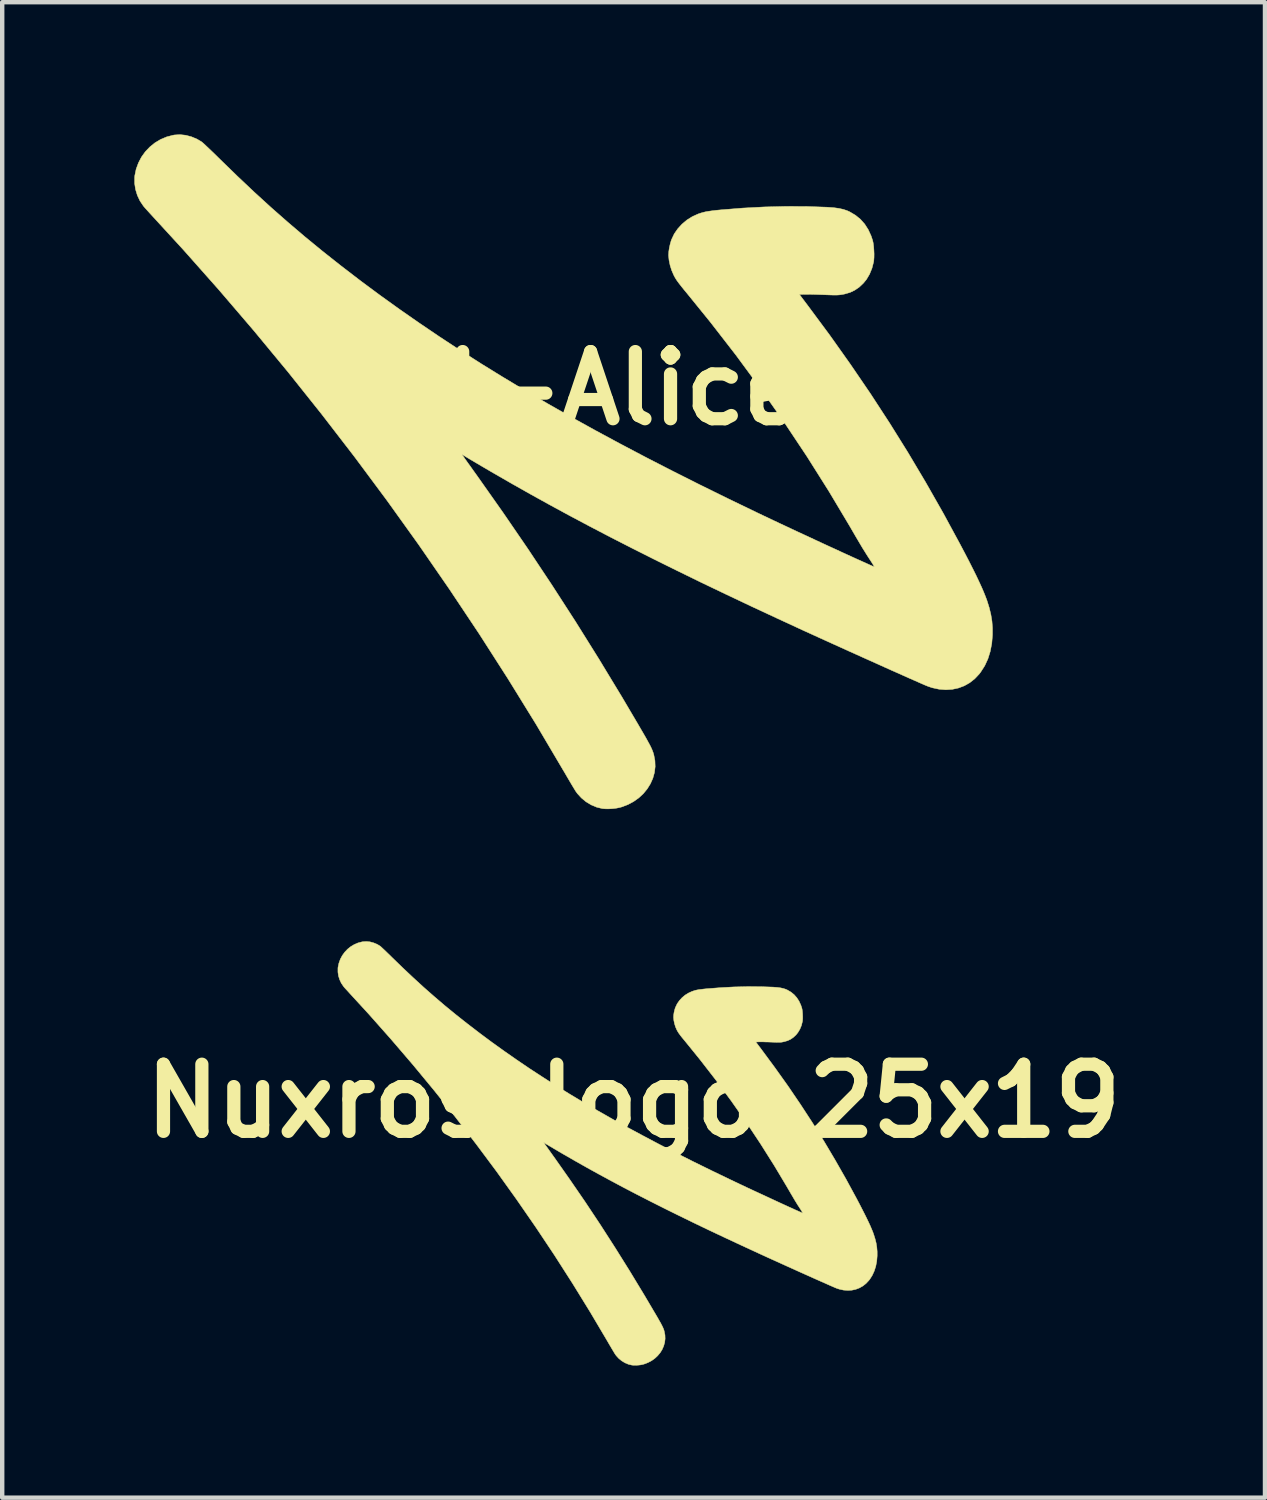
<source format=kicad_pcb>
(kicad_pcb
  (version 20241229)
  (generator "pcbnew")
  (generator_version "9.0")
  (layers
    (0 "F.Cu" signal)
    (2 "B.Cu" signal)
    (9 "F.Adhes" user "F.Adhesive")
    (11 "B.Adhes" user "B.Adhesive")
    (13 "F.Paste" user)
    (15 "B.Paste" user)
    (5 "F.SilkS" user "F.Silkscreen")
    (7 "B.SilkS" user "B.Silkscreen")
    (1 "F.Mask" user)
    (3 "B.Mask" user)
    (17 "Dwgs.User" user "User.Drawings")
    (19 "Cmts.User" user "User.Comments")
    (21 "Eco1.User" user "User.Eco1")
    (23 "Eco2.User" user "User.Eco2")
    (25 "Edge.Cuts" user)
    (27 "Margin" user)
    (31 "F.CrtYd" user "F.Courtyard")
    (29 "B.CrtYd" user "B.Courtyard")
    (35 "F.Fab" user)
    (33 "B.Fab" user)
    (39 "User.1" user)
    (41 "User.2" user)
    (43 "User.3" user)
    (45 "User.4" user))
  (footprint "Nuxros logo 25x19"
    (layer "F.Cu")
    (at 11.328 21.935)
    (property "Reference" "Nuxros logo 25x19" (at 0 0 0) (layer "F.SilkS") (effects (font (size 1.524 1.524) (thickness 0.3))))
    (attr through_hole)
    (fp_poly (pts (xy -5.981 -3.611) (xy -5.9 -3.589) (xy -5.82 -3.556) (xy -5.755 -3.517) (xy -5.743 -3.508) (xy -5.722 -3.489) (xy -5.693 -3.462) (xy -5.658 -3.429) (xy -5.617 -3.39) (xy -5.572 -3.346) (xy -5.524 -3.3) (xy -5.49 -3.266) (xy -5.245 -3.028) (xy -5.004 -2.801) (xy -4.765 -2.582) (xy -4.525 -2.371) (xy -4.283 -2.164) (xy -4.035 -1.961) (xy -3.78 -1.759) (xy -3.514 -1.555) (xy -3.472 -1.523) (xy -3.203 -1.323) (xy -2.928 -1.126) (xy -2.647 -0.93) (xy -2.361 -0.736) (xy -2.067 -0.544) (xy -1.767 -0.352) (xy -1.458 -0.161) (xy -1.142 0.029) (xy -0.816 0.219) (xy -0.481 0.41) (xy -0.136 0.601) (xy 0.22 0.792) (xy 0.587 0.986) (xy 0.965 1.18) (xy 1.356 1.377) (xy 1.759 1.575) (xy 2.176 1.776) (xy 2.413 1.889) (xy 2.489 1.924) (xy 2.57 1.963) (xy 2.656 2.003) (xy 2.744 2.044) (xy 2.835 2.086) (xy 2.928 2.129) (xy 3.021 2.172) (xy 3.113 2.215) (xy 3.204 2.257) (xy 3.292 2.298) (xy 3.377 2.337) (xy 3.458 2.374) (xy 3.534 2.409) (xy 3.604 2.44) (xy 3.666 2.469) (xy 3.721 2.493) (xy 3.767 2.514) (xy 3.802 2.529) (xy 3.827 2.54) (xy 3.841 2.545) (xy 3.843 2.546) (xy 3.839 2.539) (xy 3.829 2.523) (xy 3.814 2.498) (xy 3.794 2.466) (xy 3.771 2.43) (xy 3.769 2.428) (xy 3.747 2.393) (xy 3.727 2.363) (xy 3.709 2.334) (xy 3.691 2.304) (xy 3.672 2.274) (xy 3.652 2.24) (xy 3.629 2.202) (xy 3.603 2.157) (xy 3.572 2.105) (xy 3.536 2.043) (xy 3.494 1.971) (xy 3.494 1.97) (xy 3.194 1.468) (xy 2.882 0.973) (xy 2.557 0.484) (xy 2.218 0.001) (xy 1.867 -0.476) (xy 1.502 -0.946) (xy 1.169 -1.357) (xy 1.125 -1.41) (xy 1.09 -1.453) (xy 1.062 -1.489) (xy 1.04 -1.519) (xy 1.021 -1.545) (xy 1.006 -1.569) (xy 0.992 -1.593) (xy 0.98 -1.616) (xy 0.951 -1.683) (xy 0.929 -1.755) (xy 0.914 -1.827) (xy 0.907 -1.895) (xy 0.907 -1.905) (xy 0.91 -1.952) (xy 0.918 -2.006) (xy 0.931 -2.062) (xy 0.946 -2.113) (xy 0.952 -2.127) (xy 0.989 -2.205) (xy 1.039 -2.277) (xy 1.099 -2.343) (xy 1.169 -2.402) (xy 1.247 -2.45) (xy 1.33 -2.488) (xy 1.332 -2.488) (xy 1.367 -2.5) (xy 1.402 -2.511) (xy 1.439 -2.519) (xy 1.481 -2.527) (xy 1.53 -2.533) (xy 1.588 -2.54) (xy 1.655 -2.547) (xy 1.965 -2.571) (xy 2.275 -2.588) (xy 2.58 -2.595) (xy 2.879 -2.594) (xy 3.17 -2.584) (xy 3.179 -2.583) (xy 3.263 -2.577) (xy 3.336 -2.567) (xy 3.398 -2.553) (xy 3.454 -2.535) (xy 3.491 -2.518) (xy 3.573 -2.47) (xy 3.644 -2.412) (xy 3.705 -2.343) (xy 3.755 -2.265) (xy 3.796 -2.176) (xy 3.818 -2.111) (xy 3.826 -2.074) (xy 3.832 -2.027) (xy 3.836 -1.974) (xy 3.838 -1.92) (xy 3.838 -1.869) (xy 3.835 -1.825) (xy 3.832 -1.805) (xy 3.809 -1.712) (xy 3.774 -1.628) (xy 3.729 -1.553) (xy 3.686 -1.499) (xy 3.627 -1.444) (xy 3.565 -1.401) (xy 3.497 -1.369) (xy 3.419 -1.346) (xy 3.384 -1.339) (xy 3.364 -1.335) (xy 3.343 -1.333) (xy 3.319 -1.331) (xy 3.292 -1.331) (xy 3.258 -1.331) (xy 3.216 -1.332) (xy 3.163 -1.334) (xy 3.113 -1.336) (xy 3.056 -1.338) (xy 3 -1.339) (xy 2.947 -1.341) (xy 2.901 -1.341) (xy 2.865 -1.342) (xy 2.84 -1.341) (xy 2.774 -1.339) (xy 2.897 -1.176) (xy 3.205 -0.759) (xy 3.501 -0.344) (xy 3.784 0.072) (xy 4.057 0.49) (xy 4.321 0.913) (xy 4.576 1.343) (xy 4.825 1.78) (xy 5.062 2.217) (xy 5.131 2.348) (xy 5.192 2.467) (xy 5.247 2.575) (xy 5.295 2.672) (xy 5.337 2.76) (xy 5.374 2.84) (xy 5.404 2.911) (xy 5.43 2.974) (xy 5.447 3.021) (xy 5.48 3.126) (xy 5.505 3.225) (xy 5.52 3.32) (xy 5.528 3.416) (xy 5.528 3.517) (xy 5.528 3.517) (xy 5.518 3.639) (xy 5.496 3.753) (xy 5.462 3.859) (xy 5.417 3.957) (xy 5.36 4.047) (xy 5.338 4.075) (xy 5.274 4.143) (xy 5.203 4.199) (xy 5.125 4.243) (xy 5.041 4.275) (xy 4.953 4.294) (xy 4.861 4.299) (xy 4.766 4.292) (xy 4.67 4.271) (xy 4.609 4.251) (xy 4.592 4.244) (xy 4.563 4.232) (xy 4.522 4.214) (xy 4.471 4.192) (xy 4.41 4.165) (xy 4.341 4.134) (xy 4.264 4.1) (xy 4.18 4.063) (xy 4.09 4.023) (xy 3.995 3.98) (xy 3.896 3.936) (xy 3.793 3.89) (xy 3.689 3.843) (xy 3.583 3.795) (xy 3.476 3.747) (xy 3.37 3.699) (xy 3.265 3.651) (xy 3.163 3.605) (xy 3.063 3.56) (xy 2.968 3.516) (xy 2.878 3.475) (xy 2.852 3.463) (xy 2.464 3.284) (xy 2.089 3.109) (xy 1.726 2.938) (xy 1.376 2.77) (xy 1.038 2.605) (xy 0.71 2.443) (xy 0.392 2.283) (xy 0.085 2.126) (xy -0.214 1.97) (xy -0.503 1.816) (xy -0.785 1.663) (xy -1.06 1.511) (xy -1.327 1.36) (xy -1.509 1.255) (xy -1.569 1.221) (xy -1.631 1.185) (xy -1.694 1.148) (xy -1.756 1.111) (xy -1.816 1.076) (xy -1.871 1.043) (xy -1.921 1.014) (xy -1.964 0.988) (xy -1.998 0.968) (xy -2.021 0.954) (xy -2.025 0.951) (xy -2.029 0.948) (xy -2.034 0.945) (xy -2.037 0.943) (xy -2.038 0.943) (xy -2.037 0.947) (xy -2.033 0.953) (xy -2.025 0.965) (xy -2.013 0.982) (xy -1.997 1.005) (xy -1.975 1.036) (xy -1.947 1.075) (xy -1.913 1.123) (xy -1.871 1.182) (xy -1.822 1.251) (xy -1.817 1.257) (xy -1.454 1.773) (xy -1.1 2.288) (xy -0.756 2.806) (xy -0.419 3.33) (xy -0.087 3.861) (xy 0.241 4.402) (xy 0.47 4.79) (xy 0.515 4.866) (xy 0.553 4.931) (xy 0.584 4.987) (xy 0.611 5.033) (xy 0.632 5.073) (xy 0.649 5.106) (xy 0.663 5.135) (xy 0.674 5.16) (xy 0.683 5.182) (xy 0.69 5.204) (xy 0.696 5.226) (xy 0.713 5.311) (xy 0.716 5.396) (xy 0.706 5.48) (xy 0.683 5.562) (xy 0.649 5.64) (xy 0.604 5.713) (xy 0.548 5.78) (xy 0.483 5.841) (xy 0.409 5.894) (xy 0.327 5.937) (xy 0.238 5.971) (xy 0.205 5.98) (xy 0.16 5.989) (xy 0.108 5.995) (xy 0.054 5.998) (xy 0.003 5.998) (xy -0.038 5.994) (xy -0.118 5.975) (xy -0.196 5.942) (xy -0.269 5.898) (xy -0.336 5.843) (xy -0.393 5.781) (xy -0.416 5.749) (xy -0.427 5.732) (xy -0.444 5.704) (xy -0.466 5.667) (xy -0.493 5.622) (xy -0.523 5.571) (xy -0.555 5.517) (xy -0.588 5.46) (xy -0.596 5.446) (xy -0.982 4.794) (xy -1.382 4.145) (xy -1.795 3.5) (xy -2.221 2.861) (xy -2.659 2.228) (xy -3.108 1.601) (xy -3.569 0.982) (xy -4.039 0.371) (xy -4.519 -0.231) (xy -5.009 -0.824) (xy -5.508 -1.406) (xy -6.014 -1.977) (xy -6.441 -2.442) (xy -6.475 -2.48) (xy -6.508 -2.516) (xy -6.538 -2.548) (xy -6.562 -2.575) (xy -6.579 -2.595) (xy -6.583 -2.601) (xy -6.633 -2.674) (xy -6.67 -2.753) (xy -6.696 -2.837) (xy -6.709 -2.924) (xy -6.709 -3.01) (xy -6.707 -3.035) (xy -6.687 -3.128) (xy -6.655 -3.217) (xy -6.611 -3.3) (xy -6.556 -3.376) (xy -6.492 -3.444) (xy -6.42 -3.502) (xy -6.34 -3.55) (xy -6.254 -3.587) (xy -6.162 -3.611) (xy -6.142 -3.614) (xy -6.063 -3.619) (xy -5.981 -3.611)) (stroke (width 0.01) (type solid)) (fill yes) (layer "F.SilkS")))
  (footprint "N-Alice"
    (layer "F.Cu")
    (at 10.679 5.763)
    (property "Reference" "N-Alice" (at 0 0 0) (layer "F.SilkS") (effects (font (size 1.524 1.524) (thickness 0.3))))
    (attr through_hole)
    (fp_poly (pts (xy -9.515 -5.744) (xy -9.386 -5.71) (xy -9.259 -5.657) (xy -9.156 -5.596) (xy -9.137 -5.581) (xy -9.103 -5.551) (xy -9.057 -5.508) (xy -9.001 -5.455) (xy -8.936 -5.393) (xy -8.864 -5.324) (xy -8.788 -5.249) (xy -8.734 -5.196) (xy -8.344 -4.817) (xy -7.961 -4.455) (xy -7.581 -4.108) (xy -7.199 -3.772) (xy -6.813 -3.443) (xy -6.419 -3.12) (xy -6.013 -2.798) (xy -5.591 -2.474) (xy -5.524 -2.423) (xy -5.095 -2.105) (xy -4.658 -1.791) (xy -4.211 -1.48) (xy -3.755 -1.171) (xy -3.289 -0.865) (xy -2.811 -0.56) (xy -2.32 -0.257) (xy -1.816 0.046) (xy -1.298 0.349) (xy -0.765 0.652) (xy -0.216 0.956) (xy 0.35 1.261) (xy 0.933 1.568) (xy 1.535 1.877) (xy 2.157 2.19) (xy 2.799 2.506) (xy 3.462 2.826) (xy 3.839 3.005) (xy 3.96 3.062) (xy 4.089 3.122) (xy 4.225 3.186) (xy 4.366 3.252) (xy 4.511 3.319) (xy 4.658 3.387) (xy 4.805 3.456) (xy 4.952 3.524) (xy 5.097 3.591) (xy 5.238 3.655) (xy 5.373 3.718) (xy 5.502 3.777) (xy 5.623 3.832) (xy 5.733 3.882) (xy 5.833 3.927) (xy 5.92 3.966) (xy 5.992 3.999) (xy 6.049 4.024) (xy 6.089 4.041) (xy 6.11 4.049) (xy 6.113 4.05) (xy 6.108 4.04) (xy 6.092 4.013) (xy 6.068 3.973) (xy 6.036 3.923) (xy 5.999 3.866) (xy 5.996 3.862) (xy 5.961 3.808) (xy 5.93 3.759) (xy 5.901 3.712) (xy 5.872 3.666) (xy 5.842 3.618) (xy 5.81 3.564) (xy 5.774 3.503) (xy 5.732 3.432) (xy 5.683 3.349) (xy 5.626 3.251) (xy 5.559 3.135) (xy 5.559 3.135) (xy 5.082 2.336) (xy 4.585 1.548) (xy 4.067 0.77) (xy 3.529 0.002) (xy 2.97 -0.757) (xy 2.39 -1.505) (xy 1.859 -2.16) (xy 1.79 -2.243) (xy 1.735 -2.312) (xy 1.69 -2.369) (xy 1.654 -2.417) (xy 1.625 -2.458) (xy 1.6 -2.497) (xy 1.579 -2.534) (xy 1.56 -2.571) (xy 1.514 -2.677) (xy 1.478 -2.791) (xy 1.454 -2.907) (xy 1.443 -3.015) (xy 1.443 -3.031) (xy 1.448 -3.105) (xy 1.461 -3.191) (xy 1.481 -3.28) (xy 1.505 -3.362) (xy 1.514 -3.384) (xy 1.573 -3.508) (xy 1.653 -3.623) (xy 1.749 -3.728) (xy 1.86 -3.821) (xy 1.983 -3.898) (xy 2.115 -3.958) (xy 2.119 -3.959) (xy 2.175 -3.978) (xy 2.231 -3.994) (xy 2.29 -4.008) (xy 2.356 -4.019) (xy 2.434 -4.03) (xy 2.526 -4.041) (xy 2.632 -4.051) (xy 3.126 -4.091) (xy 3.619 -4.117) (xy 4.105 -4.129) (xy 4.581 -4.127) (xy 5.043 -4.111) (xy 5.057 -4.11) (xy 5.191 -4.1) (xy 5.307 -4.084) (xy 5.407 -4.062) (xy 5.494 -4.033) (xy 5.554 -4.006) (xy 5.684 -3.929) (xy 5.797 -3.837) (xy 5.894 -3.728) (xy 5.974 -3.603) (xy 6.039 -3.462) (xy 6.074 -3.358) (xy 6.087 -3.299) (xy 6.097 -3.224) (xy 6.103 -3.14) (xy 6.107 -3.054) (xy 6.106 -2.973) (xy 6.101 -2.903) (xy 6.097 -2.872) (xy 6.059 -2.724) (xy 6.004 -2.59) (xy 5.933 -2.47) (xy 5.863 -2.385) (xy 5.77 -2.297) (xy 5.671 -2.229) (xy 5.563 -2.177) (xy 5.44 -2.141) (xy 5.384 -2.13) (xy 5.351 -2.125) (xy 5.318 -2.121) (xy 5.281 -2.118) (xy 5.237 -2.117) (xy 5.184 -2.117) (xy 5.116 -2.119) (xy 5.032 -2.122) (xy 4.953 -2.125) (xy 4.862 -2.128) (xy 4.772 -2.131) (xy 4.689 -2.133) (xy 4.616 -2.134) (xy 4.558 -2.134) (xy 4.519 -2.134) (xy 4.413 -2.13) (xy 4.609 -1.87) (xy 5.1 -1.208) (xy 5.569 -0.547) (xy 6.02 0.114) (xy 6.454 0.78) (xy 6.874 1.453) (xy 7.28 2.136) (xy 7.676 2.832) (xy 8.053 3.527) (xy 8.163 3.735) (xy 8.261 3.924) (xy 8.348 4.096) (xy 8.425 4.251) (xy 8.491 4.391) (xy 8.549 4.517) (xy 8.598 4.631) (xy 8.638 4.732) (xy 8.666 4.806) (xy 8.719 4.974) (xy 8.757 5.13) (xy 8.782 5.282) (xy 8.794 5.435) (xy 8.794 5.595) (xy 8.794 5.596) (xy 8.778 5.789) (xy 8.743 5.97) (xy 8.69 6.14) (xy 8.618 6.296) (xy 8.527 6.438) (xy 8.493 6.483) (xy 8.391 6.591) (xy 8.277 6.681) (xy 8.153 6.751) (xy 8.02 6.801) (xy 7.88 6.831) (xy 7.733 6.84) (xy 7.583 6.828) (xy 7.429 6.795) (xy 7.333 6.763) (xy 7.306 6.752) (xy 7.259 6.733) (xy 7.195 6.705) (xy 7.113 6.669) (xy 7.016 6.626) (xy 6.906 6.578) (xy 6.783 6.523) (xy 6.65 6.463) (xy 6.506 6.4) (xy 6.355 6.332) (xy 6.198 6.261) (xy 6.035 6.188) (xy 5.868 6.113) (xy 5.7 6.037) (xy 5.53 5.961) (xy 5.361 5.884) (xy 5.195 5.809) (xy 5.032 5.735) (xy 4.873 5.663) (xy 4.722 5.594) (xy 4.578 5.528) (xy 4.537 5.51) (xy 3.92 5.225) (xy 3.323 4.947) (xy 2.747 4.674) (xy 2.189 4.407) (xy 1.651 4.144) (xy 1.129 3.886) (xy 0.624 3.632) (xy 0.135 3.382) (xy -0.34 3.134) (xy -0.801 2.889) (xy -1.249 2.646) (xy -1.686 2.404) (xy -2.111 2.164) (xy -2.401 1.997) (xy -2.496 1.942) (xy -2.595 1.885) (xy -2.695 1.826) (xy -2.794 1.768) (xy -2.889 1.712) (xy -2.977 1.66) (xy -3.057 1.613) (xy -3.125 1.572) (xy -3.178 1.54) (xy -3.215 1.517) (xy -3.221 1.513) (xy -3.229 1.508) (xy -3.235 1.504) (xy -3.24 1.501) (xy -3.242 1.501) (xy -3.24 1.506) (xy -3.234 1.517) (xy -3.222 1.535) (xy -3.203 1.562) (xy -3.177 1.6) (xy -3.142 1.649) (xy -3.098 1.711) (xy -3.043 1.787) (xy -2.977 1.88) (xy -2.898 1.99) (xy -2.891 2) (xy -2.313 2.82) (xy -1.751 3.64) (xy -1.203 4.465) (xy -0.666 5.297) (xy -0.138 6.142) (xy 0.384 7.003) (xy 0.748 7.62) (xy 0.819 7.742) (xy 0.879 7.845) (xy 0.93 7.933) (xy 0.971 8.008) (xy 1.005 8.07) (xy 1.033 8.123) (xy 1.055 8.169) (xy 1.072 8.209) (xy 1.086 8.245) (xy 1.098 8.28) (xy 1.108 8.314) (xy 1.134 8.45) (xy 1.139 8.585) (xy 1.123 8.719) (xy 1.087 8.848) (xy 1.032 8.972) (xy 0.96 9.088) (xy 0.872 9.196) (xy 0.769 9.292) (xy 0.651 9.376) (xy 0.521 9.446) (xy 0.378 9.5) (xy 0.326 9.514) (xy 0.255 9.528) (xy 0.172 9.538) (xy 0.086 9.543) (xy 0.005 9.542) (xy -0.061 9.536) (xy -0.188 9.505) (xy -0.312 9.453) (xy -0.429 9.383) (xy -0.534 9.296) (xy -0.625 9.197) (xy -0.662 9.146) (xy -0.679 9.119) (xy -0.706 9.074) (xy -0.742 9.015) (xy -0.784 8.944) (xy -0.831 8.864) (xy -0.882 8.777) (xy -0.935 8.686) (xy -0.948 8.665) (xy -1.562 7.626) (xy -2.199 6.594) (xy -2.856 5.569) (xy -3.534 4.552) (xy -4.23 3.544) (xy -4.945 2.547) (xy -5.677 1.562) (xy -6.426 0.59) (xy -7.19 -0.368) (xy -7.969 -1.31) (xy -8.762 -2.236) (xy -9.568 -3.145) (xy -10.247 -3.885) (xy -10.302 -3.945) (xy -10.354 -4.002) (xy -10.401 -4.054) (xy -10.44 -4.097) (xy -10.466 -4.128) (xy -10.474 -4.137) (xy -10.552 -4.253) (xy -10.612 -4.38) (xy -10.653 -4.514) (xy -10.674 -4.651) (xy -10.674 -4.788) (xy -10.67 -4.828) (xy -10.639 -4.977) (xy -10.587 -5.118) (xy -10.518 -5.25) (xy -10.431 -5.371) (xy -10.329 -5.478) (xy -10.213 -5.572) (xy -10.086 -5.648) (xy -9.949 -5.706) (xy -9.804 -5.744) (xy -9.772 -5.75) (xy -9.645 -5.758) (xy -9.515 -5.744)) (stroke (width 0.01) (type solid)) (fill yes) (layer "F.SilkS")))
  (gr_rect
    (start -3 -3)
    (end 25.657 30.938)
    (stroke (width 0.1) (type default))
    (fill no)
    (layer "Edge.Cuts")))
</source>
